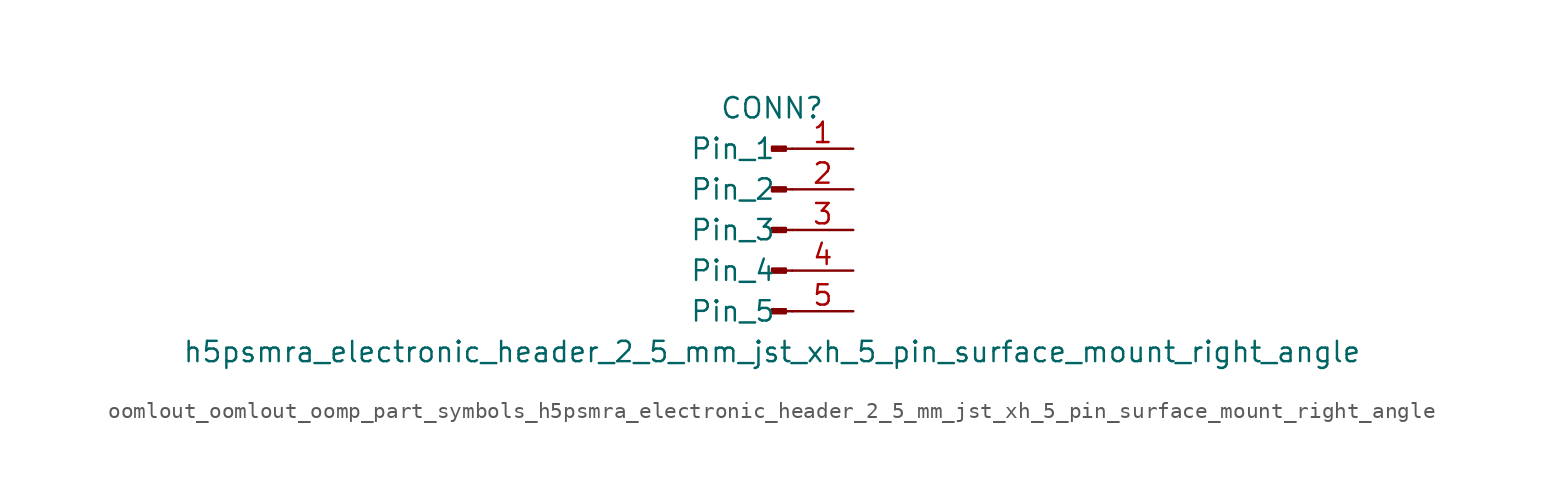
<source format=kicad_sym>
(kicad_symbol_lib
  (version 20220914)
  (generator kicad_symbol_editor)
  (symbol "oomlout_oomlout_oomp_part_symbols_h5psmra_electronic_header_2_5_mm_jst_xh_5_pin_surface_mount_right_angle"
    (pin_names
      (offset 1.016))
    (property "Reference" "CONN"
      (at 0 7.62 0)
      (effects (font (size 1.27 1.27))))
    (property "Value" "h5psmra_electronic_header_2_5_mm_jst_xh_5_pin_surface_mount_right_angle"
      (at 0 -7.62 0)
      (effects (font (size 1.27 1.27))))
    (property "ki_locked" ""
      (at 0 0 0)
      (effects (font (size 1.27 1.27))))
    (symbol "oomlout_oomlout_oomp_part_symbols_h5psmra_electronic_header_2_5_mm_jst_xh_5_pin_surface_mount_right_angle_1_1"
      (polyline (pts (xy 1.27 -5.08) (xy 0.864 -5.08)) (stroke (width 0.152) (type default)) (fill (type none)))
      (polyline (pts (xy 1.27 -2.54) (xy 0.864 -2.54)) (stroke (width 0.152) (type default)) (fill (type none)))
      (polyline (pts (xy 1.27 0) (xy 0.864 0)) (stroke (width 0.152) (type default)) (fill (type none)))
      (polyline (pts (xy 1.27 2.54) (xy 0.864 2.54)) (stroke (width 0.152) (type default)) (fill (type none)))
      (polyline (pts (xy 1.27 5.08) (xy 0.864 5.08)) (stroke (width 0.152) (type default)) (fill (type none)))
      (rectangle (start 0.864 -4.953) (end 0 -5.207) (stroke (width 0.152) (type default)) (fill (type outline)))
      (rectangle (start 0.864 -2.413) (end 0 -2.667) (stroke (width 0.152) (type default)) (fill (type outline)))
      (rectangle (start 0.864 0.127) (end 0 -0.127) (stroke (width 0.152) (type default)) (fill (type outline)))
      (rectangle (start 0.864 2.667) (end 0 2.413) (stroke (width 0.152) (type default)) (fill (type outline)))
      (rectangle (start 0.864 5.207) (end 0 4.953) (stroke (width 0.152) (type default)) (fill (type outline)))
      (pin passive line (at 5.08 5.08 180) (length 3.81) (name "Pin_1" (effects (font (size 1.27 1.27)))) (number "1" (effects (font (size 1.27 1.27)))))
      (pin passive line (at 5.08 2.54 180) (length 3.81) (name "Pin_2" (effects (font (size 1.27 1.27)))) (number "2" (effects (font (size 1.27 1.27)))))
      (pin passive line (at 5.08 0 180) (length 3.81) (name "Pin_3" (effects (font (size 1.27 1.27)))) (number "3" (effects (font (size 1.27 1.27)))))
      (pin passive line (at 5.08 -2.54 180) (length 3.81) (name "Pin_4" (effects (font (size 1.27 1.27)))) (number "4" (effects (font (size 1.27 1.27)))))
      (pin passive line (at 5.08 -5.08 180) (length 3.81) (name "Pin_5" (effects (font (size 1.27 1.27)))) (number "5" (effects (font (size 1.27 1.27))))))))
</source>
